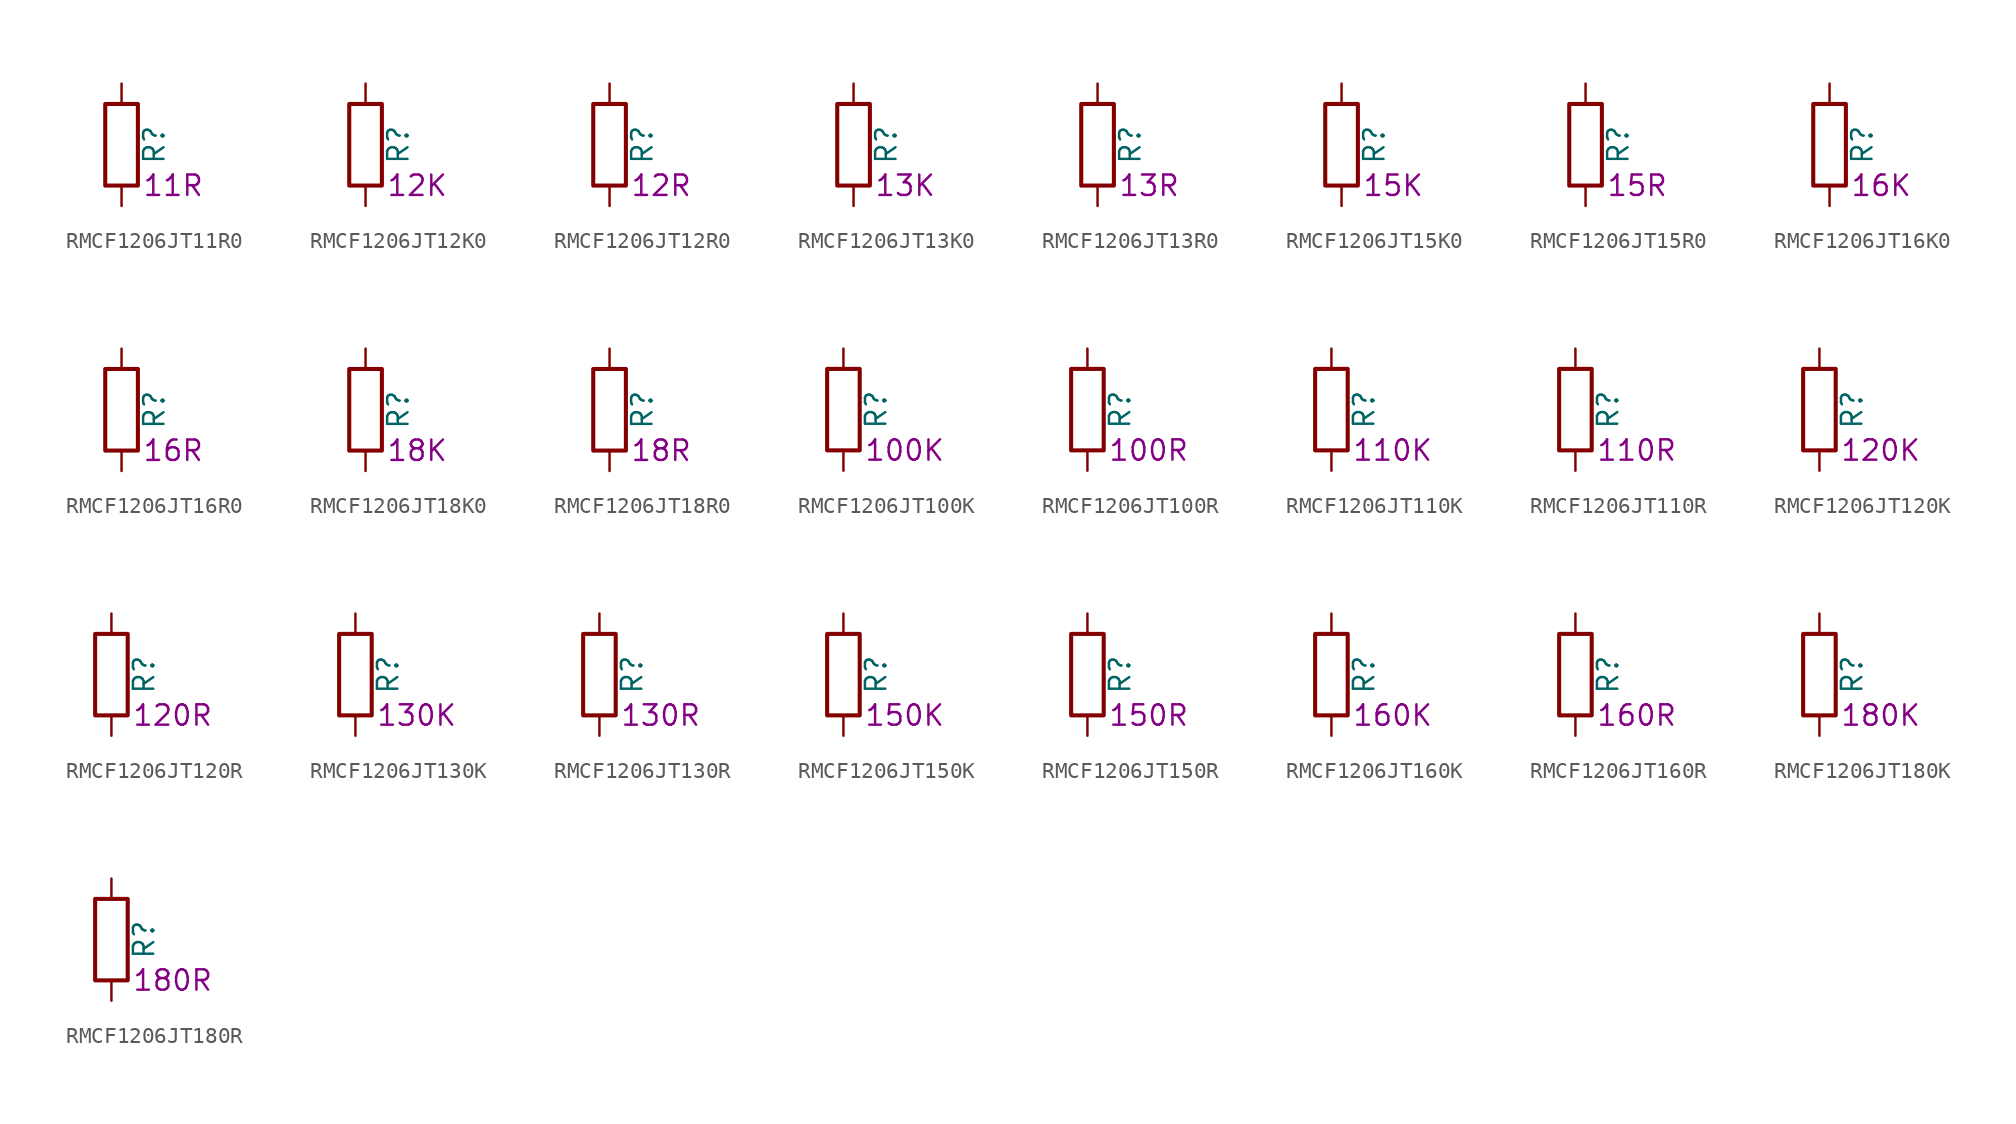
<source format=kicad_sym>
(kicad_symbol_lib
  (version 20220914)
  (generator kicad_symbol_editor)
  (symbol "RMCF1206JT11R0"
    (pin_numbers hide)
    (pin_names
      (offset 0))
    (property "Reference" "R"
      (at 2.032 0 90)
      (effects (font (size 1.27 1.27))))
    (property "Resistance" "11R"
      (at 1.27 -2.54 0)
      (effects (font (size 1.27 1.27)) (justify left)))
    (symbol "RMCF1206JT11R0_0_1"
      (rectangle (start -1.016 -2.54) (end 1.016 2.54) (stroke (width 0.254) (type default)) (fill (type none))))
    (symbol "RMCF1206JT11R0_1_1"
      (pin passive line (at 0 3.81 270) (length 1.27) (name "~" (effects (font (size 1.27 1.27)))) (number "1" (effects (font (size 1.27 1.27)))))
      (pin passive line (at 0 -3.81 90) (length 1.27) (name "~" (effects (font (size 1.27 1.27)))) (number "2" (effects (font (size 1.27 1.27)))))))
  (symbol "RMCF1206JT12K0"
    (pin_numbers hide)
    (pin_names
      (offset 0))
    (property "Reference" "R"
      (at 2.032 0 90)
      (effects (font (size 1.27 1.27))))
    (property "Resistance" "12K"
      (at 1.27 -2.54 0)
      (effects (font (size 1.27 1.27)) (justify left)))
    (symbol "RMCF1206JT12K0_0_1"
      (rectangle (start -1.016 -2.54) (end 1.016 2.54) (stroke (width 0.254) (type default)) (fill (type none))))
    (symbol "RMCF1206JT12K0_1_1"
      (pin passive line (at 0 3.81 270) (length 1.27) (name "~" (effects (font (size 1.27 1.27)))) (number "1" (effects (font (size 1.27 1.27)))))
      (pin passive line (at 0 -3.81 90) (length 1.27) (name "~" (effects (font (size 1.27 1.27)))) (number "2" (effects (font (size 1.27 1.27)))))))
  (symbol "RMCF1206JT12R0"
    (pin_numbers hide)
    (pin_names
      (offset 0))
    (property "Reference" "R"
      (at 2.032 0 90)
      (effects (font (size 1.27 1.27))))
    (property "Resistance" "12R"
      (at 1.27 -2.54 0)
      (effects (font (size 1.27 1.27)) (justify left)))
    (symbol "RMCF1206JT12R0_0_1"
      (rectangle (start -1.016 -2.54) (end 1.016 2.54) (stroke (width 0.254) (type default)) (fill (type none))))
    (symbol "RMCF1206JT12R0_1_1"
      (pin passive line (at 0 3.81 270) (length 1.27) (name "~" (effects (font (size 1.27 1.27)))) (number "1" (effects (font (size 1.27 1.27)))))
      (pin passive line (at 0 -3.81 90) (length 1.27) (name "~" (effects (font (size 1.27 1.27)))) (number "2" (effects (font (size 1.27 1.27)))))))
  (symbol "RMCF1206JT13K0"
    (pin_numbers hide)
    (pin_names
      (offset 0))
    (property "Reference" "R"
      (at 2.032 0 90)
      (effects (font (size 1.27 1.27))))
    (property "Resistance" "13K"
      (at 1.27 -2.54 0)
      (effects (font (size 1.27 1.27)) (justify left)))
    (symbol "RMCF1206JT13K0_0_1"
      (rectangle (start -1.016 -2.54) (end 1.016 2.54) (stroke (width 0.254) (type default)) (fill (type none))))
    (symbol "RMCF1206JT13K0_1_1"
      (pin passive line (at 0 3.81 270) (length 1.27) (name "~" (effects (font (size 1.27 1.27)))) (number "1" (effects (font (size 1.27 1.27)))))
      (pin passive line (at 0 -3.81 90) (length 1.27) (name "~" (effects (font (size 1.27 1.27)))) (number "2" (effects (font (size 1.27 1.27)))))))
  (symbol "RMCF1206JT13R0"
    (pin_numbers hide)
    (pin_names
      (offset 0))
    (property "Reference" "R"
      (at 2.032 0 90)
      (effects (font (size 1.27 1.27))))
    (property "Resistance" "13R"
      (at 1.27 -2.54 0)
      (effects (font (size 1.27 1.27)) (justify left)))
    (symbol "RMCF1206JT13R0_0_1"
      (rectangle (start -1.016 -2.54) (end 1.016 2.54) (stroke (width 0.254) (type default)) (fill (type none))))
    (symbol "RMCF1206JT13R0_1_1"
      (pin passive line (at 0 3.81 270) (length 1.27) (name "~" (effects (font (size 1.27 1.27)))) (number "1" (effects (font (size 1.27 1.27)))))
      (pin passive line (at 0 -3.81 90) (length 1.27) (name "~" (effects (font (size 1.27 1.27)))) (number "2" (effects (font (size 1.27 1.27)))))))
  (symbol "RMCF1206JT15K0"
    (pin_numbers hide)
    (pin_names
      (offset 0))
    (property "Reference" "R"
      (at 2.032 0 90)
      (effects (font (size 1.27 1.27))))
    (property "Resistance" "15K"
      (at 1.27 -2.54 0)
      (effects (font (size 1.27 1.27)) (justify left)))
    (symbol "RMCF1206JT15K0_0_1"
      (rectangle (start -1.016 -2.54) (end 1.016 2.54) (stroke (width 0.254) (type default)) (fill (type none))))
    (symbol "RMCF1206JT15K0_1_1"
      (pin passive line (at 0 3.81 270) (length 1.27) (name "~" (effects (font (size 1.27 1.27)))) (number "1" (effects (font (size 1.27 1.27)))))
      (pin passive line (at 0 -3.81 90) (length 1.27) (name "~" (effects (font (size 1.27 1.27)))) (number "2" (effects (font (size 1.27 1.27)))))))
  (symbol "RMCF1206JT15R0"
    (pin_numbers hide)
    (pin_names
      (offset 0))
    (property "Reference" "R"
      (at 2.032 0 90)
      (effects (font (size 1.27 1.27))))
    (property "Resistance" "15R"
      (at 1.27 -2.54 0)
      (effects (font (size 1.27 1.27)) (justify left)))
    (symbol "RMCF1206JT15R0_0_1"
      (rectangle (start -1.016 -2.54) (end 1.016 2.54) (stroke (width 0.254) (type default)) (fill (type none))))
    (symbol "RMCF1206JT15R0_1_1"
      (pin passive line (at 0 3.81 270) (length 1.27) (name "~" (effects (font (size 1.27 1.27)))) (number "1" (effects (font (size 1.27 1.27)))))
      (pin passive line (at 0 -3.81 90) (length 1.27) (name "~" (effects (font (size 1.27 1.27)))) (number "2" (effects (font (size 1.27 1.27)))))))
  (symbol "RMCF1206JT16K0"
    (pin_numbers hide)
    (pin_names
      (offset 0))
    (property "Reference" "R"
      (at 2.032 0 90)
      (effects (font (size 1.27 1.27))))
    (property "Resistance" "16K"
      (at 1.27 -2.54 0)
      (effects (font (size 1.27 1.27)) (justify left)))
    (symbol "RMCF1206JT16K0_0_1"
      (rectangle (start -1.016 -2.54) (end 1.016 2.54) (stroke (width 0.254) (type default)) (fill (type none))))
    (symbol "RMCF1206JT16K0_1_1"
      (pin passive line (at 0 3.81 270) (length 1.27) (name "~" (effects (font (size 1.27 1.27)))) (number "1" (effects (font (size 1.27 1.27)))))
      (pin passive line (at 0 -3.81 90) (length 1.27) (name "~" (effects (font (size 1.27 1.27)))) (number "2" (effects (font (size 1.27 1.27)))))))
  (symbol "RMCF1206JT16R0"
    (pin_numbers hide)
    (pin_names
      (offset 0))
    (property "Reference" "R"
      (at 2.032 0 90)
      (effects (font (size 1.27 1.27))))
    (property "Resistance" "16R"
      (at 1.27 -2.54 0)
      (effects (font (size 1.27 1.27)) (justify left)))
    (symbol "RMCF1206JT16R0_0_1"
      (rectangle (start -1.016 -2.54) (end 1.016 2.54) (stroke (width 0.254) (type default)) (fill (type none))))
    (symbol "RMCF1206JT16R0_1_1"
      (pin passive line (at 0 3.81 270) (length 1.27) (name "~" (effects (font (size 1.27 1.27)))) (number "1" (effects (font (size 1.27 1.27)))))
      (pin passive line (at 0 -3.81 90) (length 1.27) (name "~" (effects (font (size 1.27 1.27)))) (number "2" (effects (font (size 1.27 1.27)))))))
  (symbol "RMCF1206JT18K0"
    (pin_numbers hide)
    (pin_names
      (offset 0))
    (property "Reference" "R"
      (at 2.032 0 90)
      (effects (font (size 1.27 1.27))))
    (property "Resistance" "18K"
      (at 1.27 -2.54 0)
      (effects (font (size 1.27 1.27)) (justify left)))
    (symbol "RMCF1206JT18K0_0_1"
      (rectangle (start -1.016 -2.54) (end 1.016 2.54) (stroke (width 0.254) (type default)) (fill (type none))))
    (symbol "RMCF1206JT18K0_1_1"
      (pin passive line (at 0 3.81 270) (length 1.27) (name "~" (effects (font (size 1.27 1.27)))) (number "1" (effects (font (size 1.27 1.27)))))
      (pin passive line (at 0 -3.81 90) (length 1.27) (name "~" (effects (font (size 1.27 1.27)))) (number "2" (effects (font (size 1.27 1.27)))))))
  (symbol "RMCF1206JT18R0"
    (pin_numbers hide)
    (pin_names
      (offset 0))
    (property "Reference" "R"
      (at 2.032 0 90)
      (effects (font (size 1.27 1.27))))
    (property "Resistance" "18R"
      (at 1.27 -2.54 0)
      (effects (font (size 1.27 1.27)) (justify left)))
    (symbol "RMCF1206JT18R0_0_1"
      (rectangle (start -1.016 -2.54) (end 1.016 2.54) (stroke (width 0.254) (type default)) (fill (type none))))
    (symbol "RMCF1206JT18R0_1_1"
      (pin passive line (at 0 3.81 270) (length 1.27) (name "~" (effects (font (size 1.27 1.27)))) (number "1" (effects (font (size 1.27 1.27)))))
      (pin passive line (at 0 -3.81 90) (length 1.27) (name "~" (effects (font (size 1.27 1.27)))) (number "2" (effects (font (size 1.27 1.27)))))))
  (symbol "RMCF1206JT100K"
    (pin_numbers hide)
    (pin_names
      (offset 0))
    (property "Reference" "R"
      (at 2.032 0 90)
      (effects (font (size 1.27 1.27))))
    (property "Resistance" "100K"
      (at 1.27 -2.54 0)
      (effects (font (size 1.27 1.27)) (justify left)))
    (symbol "RMCF1206JT100K_0_1"
      (rectangle (start -1.016 -2.54) (end 1.016 2.54) (stroke (width 0.254) (type default)) (fill (type none))))
    (symbol "RMCF1206JT100K_1_1"
      (pin passive line (at 0 3.81 270) (length 1.27) (name "~" (effects (font (size 1.27 1.27)))) (number "1" (effects (font (size 1.27 1.27)))))
      (pin passive line (at 0 -3.81 90) (length 1.27) (name "~" (effects (font (size 1.27 1.27)))) (number "2" (effects (font (size 1.27 1.27)))))))
  (symbol "RMCF1206JT100R"
    (pin_numbers hide)
    (pin_names
      (offset 0))
    (property "Reference" "R"
      (at 2.032 0 90)
      (effects (font (size 1.27 1.27))))
    (property "Resistance" "100R"
      (at 1.27 -2.54 0)
      (effects (font (size 1.27 1.27)) (justify left)))
    (symbol "RMCF1206JT100R_0_1"
      (rectangle (start -1.016 -2.54) (end 1.016 2.54) (stroke (width 0.254) (type default)) (fill (type none))))
    (symbol "RMCF1206JT100R_1_1"
      (pin passive line (at 0 3.81 270) (length 1.27) (name "~" (effects (font (size 1.27 1.27)))) (number "1" (effects (font (size 1.27 1.27)))))
      (pin passive line (at 0 -3.81 90) (length 1.27) (name "~" (effects (font (size 1.27 1.27)))) (number "2" (effects (font (size 1.27 1.27)))))))
  (symbol "RMCF1206JT110K"
    (pin_numbers hide)
    (pin_names
      (offset 0))
    (property "Reference" "R"
      (at 2.032 0 90)
      (effects (font (size 1.27 1.27))))
    (property "Resistance" "110K"
      (at 1.27 -2.54 0)
      (effects (font (size 1.27 1.27)) (justify left)))
    (symbol "RMCF1206JT110K_0_1"
      (rectangle (start -1.016 -2.54) (end 1.016 2.54) (stroke (width 0.254) (type default)) (fill (type none))))
    (symbol "RMCF1206JT110K_1_1"
      (pin passive line (at 0 3.81 270) (length 1.27) (name "~" (effects (font (size 1.27 1.27)))) (number "1" (effects (font (size 1.27 1.27)))))
      (pin passive line (at 0 -3.81 90) (length 1.27) (name "~" (effects (font (size 1.27 1.27)))) (number "2" (effects (font (size 1.27 1.27)))))))
  (symbol "RMCF1206JT110R"
    (pin_numbers hide)
    (pin_names
      (offset 0))
    (property "Reference" "R"
      (at 2.032 0 90)
      (effects (font (size 1.27 1.27))))
    (property "Resistance" "110R"
      (at 1.27 -2.54 0)
      (effects (font (size 1.27 1.27)) (justify left)))
    (symbol "RMCF1206JT110R_0_1"
      (rectangle (start -1.016 -2.54) (end 1.016 2.54) (stroke (width 0.254) (type default)) (fill (type none))))
    (symbol "RMCF1206JT110R_1_1"
      (pin passive line (at 0 3.81 270) (length 1.27) (name "~" (effects (font (size 1.27 1.27)))) (number "1" (effects (font (size 1.27 1.27)))))
      (pin passive line (at 0 -3.81 90) (length 1.27) (name "~" (effects (font (size 1.27 1.27)))) (number "2" (effects (font (size 1.27 1.27)))))))
  (symbol "RMCF1206JT120K"
    (pin_numbers hide)
    (pin_names
      (offset 0))
    (property "Reference" "R"
      (at 2.032 0 90)
      (effects (font (size 1.27 1.27))))
    (property "Resistance" "120K"
      (at 1.27 -2.54 0)
      (effects (font (size 1.27 1.27)) (justify left)))
    (symbol "RMCF1206JT120K_0_1"
      (rectangle (start -1.016 -2.54) (end 1.016 2.54) (stroke (width 0.254) (type default)) (fill (type none))))
    (symbol "RMCF1206JT120K_1_1"
      (pin passive line (at 0 3.81 270) (length 1.27) (name "~" (effects (font (size 1.27 1.27)))) (number "1" (effects (font (size 1.27 1.27)))))
      (pin passive line (at 0 -3.81 90) (length 1.27) (name "~" (effects (font (size 1.27 1.27)))) (number "2" (effects (font (size 1.27 1.27)))))))
  (symbol "RMCF1206JT120R"
    (pin_numbers hide)
    (pin_names
      (offset 0))
    (property "Reference" "R"
      (at 2.032 0 90)
      (effects (font (size 1.27 1.27))))
    (property "Resistance" "120R"
      (at 1.27 -2.54 0)
      (effects (font (size 1.27 1.27)) (justify left)))
    (symbol "RMCF1206JT120R_0_1"
      (rectangle (start -1.016 -2.54) (end 1.016 2.54) (stroke (width 0.254) (type default)) (fill (type none))))
    (symbol "RMCF1206JT120R_1_1"
      (pin passive line (at 0 3.81 270) (length 1.27) (name "~" (effects (font (size 1.27 1.27)))) (number "1" (effects (font (size 1.27 1.27)))))
      (pin passive line (at 0 -3.81 90) (length 1.27) (name "~" (effects (font (size 1.27 1.27)))) (number "2" (effects (font (size 1.27 1.27)))))))
  (symbol "RMCF1206JT130K"
    (pin_numbers hide)
    (pin_names
      (offset 0))
    (property "Reference" "R"
      (at 2.032 0 90)
      (effects (font (size 1.27 1.27))))
    (property "Resistance" "130K"
      (at 1.27 -2.54 0)
      (effects (font (size 1.27 1.27)) (justify left)))
    (symbol "RMCF1206JT130K_0_1"
      (rectangle (start -1.016 -2.54) (end 1.016 2.54) (stroke (width 0.254) (type default)) (fill (type none))))
    (symbol "RMCF1206JT130K_1_1"
      (pin passive line (at 0 3.81 270) (length 1.27) (name "~" (effects (font (size 1.27 1.27)))) (number "1" (effects (font (size 1.27 1.27)))))
      (pin passive line (at 0 -3.81 90) (length 1.27) (name "~" (effects (font (size 1.27 1.27)))) (number "2" (effects (font (size 1.27 1.27)))))))
  (symbol "RMCF1206JT130R"
    (pin_numbers hide)
    (pin_names
      (offset 0))
    (property "Reference" "R"
      (at 2.032 0 90)
      (effects (font (size 1.27 1.27))))
    (property "Resistance" "130R"
      (at 1.27 -2.54 0)
      (effects (font (size 1.27 1.27)) (justify left)))
    (symbol "RMCF1206JT130R_0_1"
      (rectangle (start -1.016 -2.54) (end 1.016 2.54) (stroke (width 0.254) (type default)) (fill (type none))))
    (symbol "RMCF1206JT130R_1_1"
      (pin passive line (at 0 3.81 270) (length 1.27) (name "~" (effects (font (size 1.27 1.27)))) (number "1" (effects (font (size 1.27 1.27)))))
      (pin passive line (at 0 -3.81 90) (length 1.27) (name "~" (effects (font (size 1.27 1.27)))) (number "2" (effects (font (size 1.27 1.27)))))))
  (symbol "RMCF1206JT150K"
    (pin_numbers hide)
    (pin_names
      (offset 0))
    (property "Reference" "R"
      (at 2.032 0 90)
      (effects (font (size 1.27 1.27))))
    (property "Resistance" "150K"
      (at 1.27 -2.54 0)
      (effects (font (size 1.27 1.27)) (justify left)))
    (symbol "RMCF1206JT150K_0_1"
      (rectangle (start -1.016 -2.54) (end 1.016 2.54) (stroke (width 0.254) (type default)) (fill (type none))))
    (symbol "RMCF1206JT150K_1_1"
      (pin passive line (at 0 3.81 270) (length 1.27) (name "~" (effects (font (size 1.27 1.27)))) (number "1" (effects (font (size 1.27 1.27)))))
      (pin passive line (at 0 -3.81 90) (length 1.27) (name "~" (effects (font (size 1.27 1.27)))) (number "2" (effects (font (size 1.27 1.27)))))))
  (symbol "RMCF1206JT150R"
    (pin_numbers hide)
    (pin_names
      (offset 0))
    (property "Reference" "R"
      (at 2.032 0 90)
      (effects (font (size 1.27 1.27))))
    (property "Resistance" "150R"
      (at 1.27 -2.54 0)
      (effects (font (size 1.27 1.27)) (justify left)))
    (symbol "RMCF1206JT150R_0_1"
      (rectangle (start -1.016 -2.54) (end 1.016 2.54) (stroke (width 0.254) (type default)) (fill (type none))))
    (symbol "RMCF1206JT150R_1_1"
      (pin passive line (at 0 3.81 270) (length 1.27) (name "~" (effects (font (size 1.27 1.27)))) (number "1" (effects (font (size 1.27 1.27)))))
      (pin passive line (at 0 -3.81 90) (length 1.27) (name "~" (effects (font (size 1.27 1.27)))) (number "2" (effects (font (size 1.27 1.27)))))))
  (symbol "RMCF1206JT160K"
    (pin_numbers hide)
    (pin_names
      (offset 0))
    (property "Reference" "R"
      (at 2.032 0 90)
      (effects (font (size 1.27 1.27))))
    (property "Resistance" "160K"
      (at 1.27 -2.54 0)
      (effects (font (size 1.27 1.27)) (justify left)))
    (symbol "RMCF1206JT160K_0_1"
      (rectangle (start -1.016 -2.54) (end 1.016 2.54) (stroke (width 0.254) (type default)) (fill (type none))))
    (symbol "RMCF1206JT160K_1_1"
      (pin passive line (at 0 3.81 270) (length 1.27) (name "~" (effects (font (size 1.27 1.27)))) (number "1" (effects (font (size 1.27 1.27)))))
      (pin passive line (at 0 -3.81 90) (length 1.27) (name "~" (effects (font (size 1.27 1.27)))) (number "2" (effects (font (size 1.27 1.27)))))))
  (symbol "RMCF1206JT160R"
    (pin_numbers hide)
    (pin_names
      (offset 0))
    (property "Reference" "R"
      (at 2.032 0 90)
      (effects (font (size 1.27 1.27))))
    (property "Resistance" "160R"
      (at 1.27 -2.54 0)
      (effects (font (size 1.27 1.27)) (justify left)))
    (symbol "RMCF1206JT160R_0_1"
      (rectangle (start -1.016 -2.54) (end 1.016 2.54) (stroke (width 0.254) (type default)) (fill (type none))))
    (symbol "RMCF1206JT160R_1_1"
      (pin passive line (at 0 3.81 270) (length 1.27) (name "~" (effects (font (size 1.27 1.27)))) (number "1" (effects (font (size 1.27 1.27)))))
      (pin passive line (at 0 -3.81 90) (length 1.27) (name "~" (effects (font (size 1.27 1.27)))) (number "2" (effects (font (size 1.27 1.27)))))))
  (symbol "RMCF1206JT180K"
    (pin_numbers hide)
    (pin_names
      (offset 0))
    (property "Reference" "R"
      (at 2.032 0 90)
      (effects (font (size 1.27 1.27))))
    (property "Resistance" "180K"
      (at 1.27 -2.54 0)
      (effects (font (size 1.27 1.27)) (justify left)))
    (symbol "RMCF1206JT180K_0_1"
      (rectangle (start -1.016 -2.54) (end 1.016 2.54) (stroke (width 0.254) (type default)) (fill (type none))))
    (symbol "RMCF1206JT180K_1_1"
      (pin passive line (at 0 3.81 270) (length 1.27) (name "~" (effects (font (size 1.27 1.27)))) (number "1" (effects (font (size 1.27 1.27)))))
      (pin passive line (at 0 -3.81 90) (length 1.27) (name "~" (effects (font (size 1.27 1.27)))) (number "2" (effects (font (size 1.27 1.27)))))))
  (symbol "RMCF1206JT180R"
    (pin_numbers hide)
    (pin_names
      (offset 0))
    (property "Reference" "R"
      (at 2.032 0 90)
      (effects (font (size 1.27 1.27))))
    (property "Resistance" "180R"
      (at 1.27 -2.54 0)
      (effects (font (size 1.27 1.27)) (justify left)))
    (symbol "RMCF1206JT180R_0_1"
      (rectangle (start -1.016 -2.54) (end 1.016 2.54) (stroke (width 0.254) (type default)) (fill (type none))))
    (symbol "RMCF1206JT180R_1_1"
      (pin passive line (at 0 3.81 270) (length 1.27) (name "~" (effects (font (size 1.27 1.27)))) (number "1" (effects (font (size 1.27 1.27)))))
      (pin passive line (at 0 -3.81 90) (length 1.27) (name "~" (effects (font (size 1.27 1.27)))) (number "2" (effects (font (size 1.27 1.27))))))))
</source>
